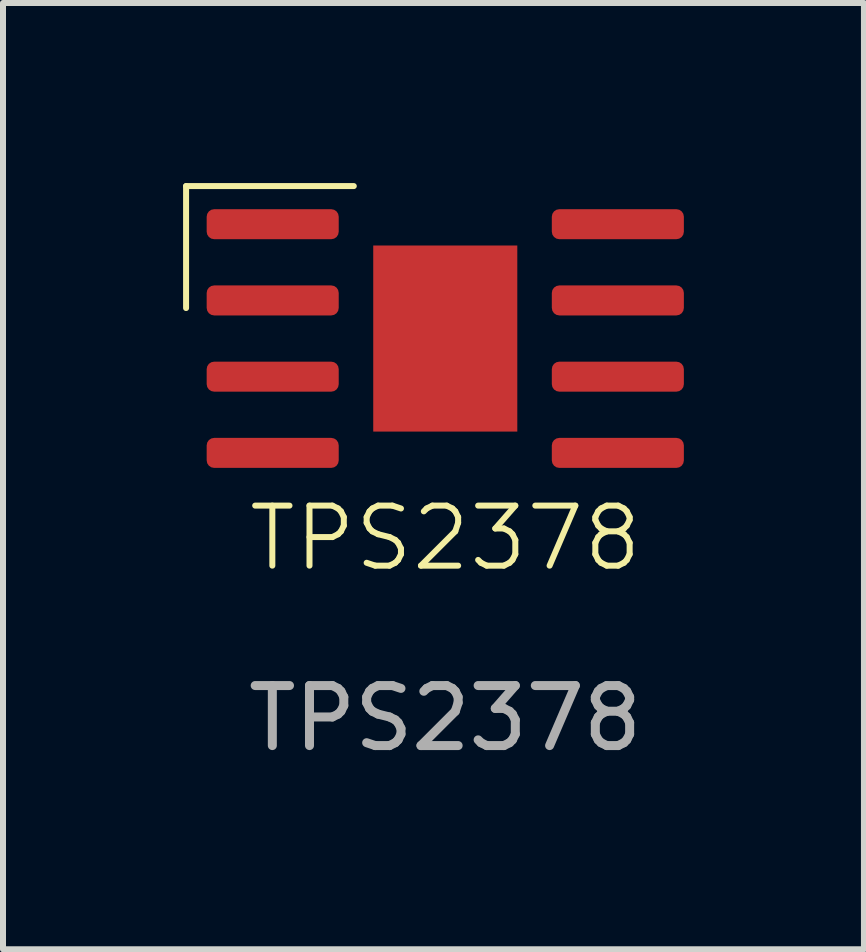
<source format=kicad_pcb>
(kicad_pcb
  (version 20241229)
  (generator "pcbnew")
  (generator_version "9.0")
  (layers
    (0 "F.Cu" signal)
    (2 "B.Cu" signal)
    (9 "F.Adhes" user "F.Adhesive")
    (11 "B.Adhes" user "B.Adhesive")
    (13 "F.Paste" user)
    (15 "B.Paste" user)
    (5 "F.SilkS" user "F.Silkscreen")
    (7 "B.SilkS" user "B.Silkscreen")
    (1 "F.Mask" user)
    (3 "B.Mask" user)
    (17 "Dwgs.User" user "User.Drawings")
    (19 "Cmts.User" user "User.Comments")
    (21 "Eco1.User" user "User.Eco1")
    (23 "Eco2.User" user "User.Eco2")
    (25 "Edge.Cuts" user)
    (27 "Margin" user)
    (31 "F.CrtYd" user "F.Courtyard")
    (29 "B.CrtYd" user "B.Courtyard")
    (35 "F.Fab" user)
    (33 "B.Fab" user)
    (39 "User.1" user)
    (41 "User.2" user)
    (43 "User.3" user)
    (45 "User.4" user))
  (footprint "TPS2378"
    (layer "F.Cu")
    (at 4.368 2.59)
    (property "Reference" "TPS2378" (at 0 3.326 0) (unlocked yes) (layer "F.SilkS") (effects (font (size 1 1) (thickness 0.1))))
    (attr smd)
    (fp_line (start -4.318 -2.54) (end -1.524 -2.54) (stroke (width 0.1) (type default)) (layer "F.SilkS"))
    (fp_line (start -4.318 -0.508) (end -4.318 -2.54) (stroke (width 0.1) (type default)) (layer "F.SilkS"))
    (fp_text user "${REFERENCE}" (at 0 6.326 0) (unlocked yes) (layer "F.Fab") (effects (font (size 1 1) (thickness 0.15))))
    (pad "1" smd roundrect (at -2.875 -1.905 90) (size 0.5 2.2) (layers "F.Cu" "F.Mask" "F.Paste") (roundrect_rratio 0.25))
    (pad "2" smd roundrect (at -2.875 -0.635 90) (size 0.5 2.2) (layers "F.Cu" "F.Mask" "F.Paste") (roundrect_rratio 0.25))
    (pad "3" smd roundrect (at -2.875 0.635 90) (size 0.5 2.2) (layers "F.Cu" "F.Mask" "F.Paste") (roundrect_rratio 0.25))
    (pad "4" smd roundrect (at -2.875 1.905 90) (size 0.5 2.2) (layers "F.Cu" "F.Mask" "F.Paste") (roundrect_rratio 0.25))
    (pad "5" smd roundrect (at 2.875 1.905 90) (size 0.5 2.2) (layers "F.Cu" "F.Mask" "F.Paste") (roundrect_rratio 0.25))
    (pad "6" smd roundrect (at 2.875 0.635 90) (size 0.5 2.2) (layers "F.Cu" "F.Mask" "F.Paste") (roundrect_rratio 0.25))
    (pad "7" smd roundrect (at 2.875 -0.635 90) (size 0.5 2.2) (layers "F.Cu" "F.Mask" "F.Paste") (roundrect_rratio 0.25))
    (pad "8" smd roundrect (at 2.875 -1.905 90) (size 0.5 2.2) (layers "F.Cu" "F.Mask" "F.Paste") (roundrect_rratio 0.25))
    (pad "EP" smd rect (at 0 0 90) (size 3.1 2.4) (layers "F.Cu" "F.Mask" "F.Paste")))
  (gr_rect
    (start -3 -3)
    (end 11.343 12.764)
    (stroke (width 0.1) (type default))
    (fill no)
    (layer "Edge.Cuts")))
</source>
